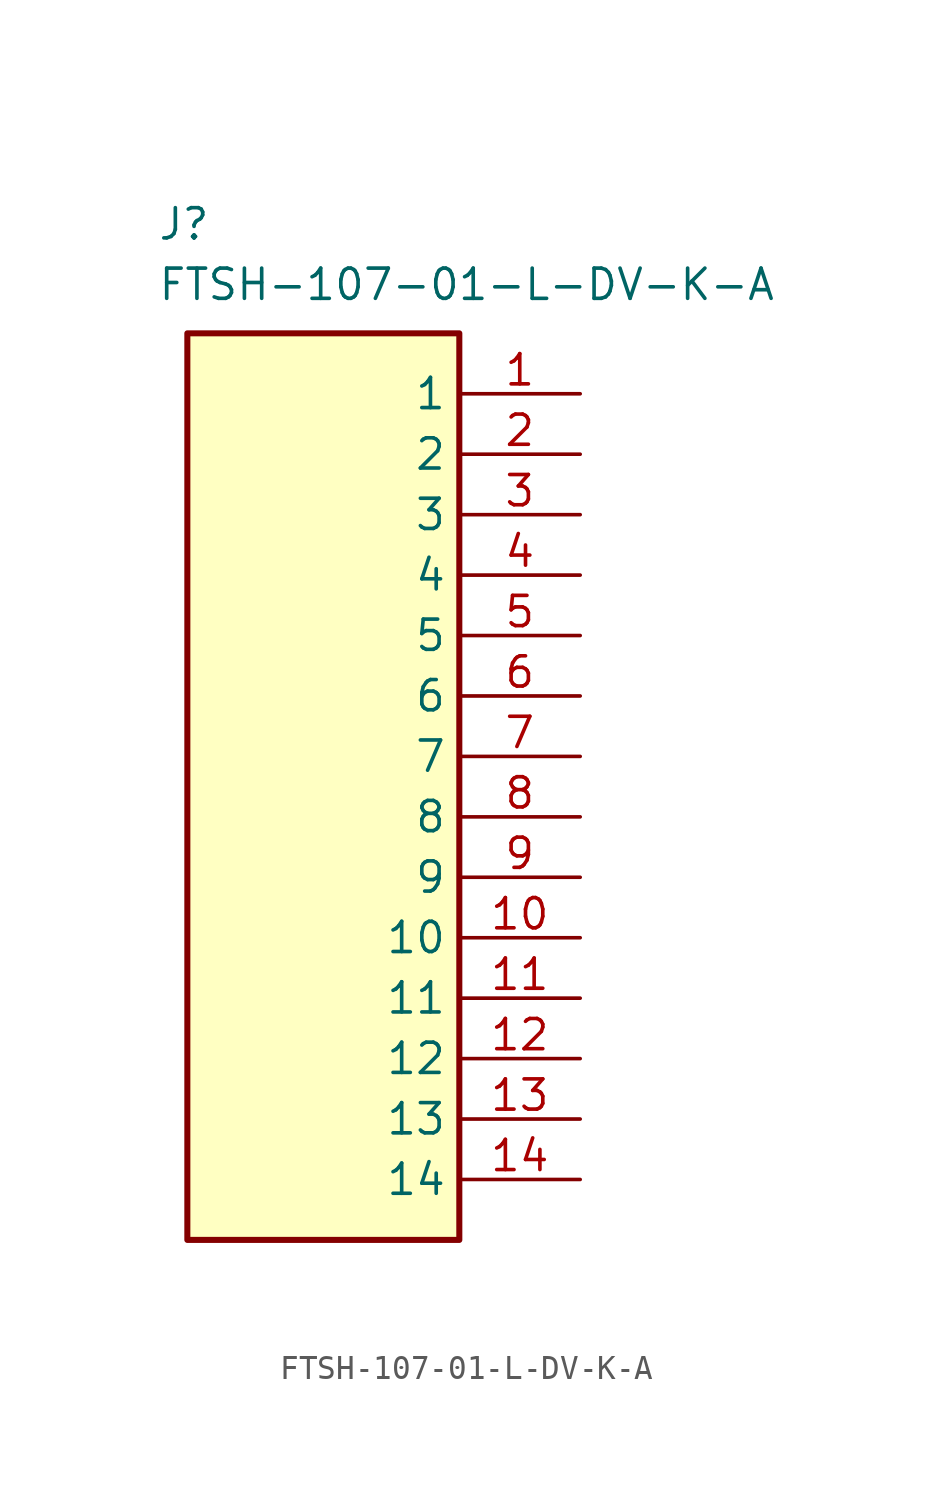
<source format=kicad_sym>
(kicad_symbol_lib
  (version 20241209)
  (generator "kicad_symbol_editor")
  (generator_version "9.0")
  (symbol "FTSH-107-01-L-DV-K-A"
    (property "Reference" "J"
      (at -12.7 5.334 0)
      (effects (font (size 1.27 1.27)) (justify left top)))
    (property "Value" "FTSH-107-01-L-DV-K-A"
      (at -12.7 2.794 0)
      (effects (font (size 1.27 1.27)) (justify left top)))
    (symbol "FTSH-107-01-L-DV-K-A_1_1"
      (rectangle (start -11.43 0) (end 0 -38.1) (stroke (width 0.254) (type default)) (fill (type background)))
      (pin passive line (at 5.08 -2.54 180) (length 5.08) (name "1" (effects (font (size 1.27 1.27)))) (number "1" (effects (font (size 1.27 1.27)))))
      (pin passive line (at 5.08 -5.08 180) (length 5.08) (name "2" (effects (font (size 1.27 1.27)))) (number "2" (effects (font (size 1.27 1.27)))))
      (pin passive line (at 5.08 -7.62 180) (length 5.08) (name "3" (effects (font (size 1.27 1.27)))) (number "3" (effects (font (size 1.27 1.27)))))
      (pin passive line (at 5.08 -10.16 180) (length 5.08) (name "4" (effects (font (size 1.27 1.27)))) (number "4" (effects (font (size 1.27 1.27)))))
      (pin passive line (at 5.08 -12.7 180) (length 5.08) (name "5" (effects (font (size 1.27 1.27)))) (number "5" (effects (font (size 1.27 1.27)))))
      (pin passive line (at 5.08 -15.24 180) (length 5.08) (name "6" (effects (font (size 1.27 1.27)))) (number "6" (effects (font (size 1.27 1.27)))))
      (pin passive line (at 5.08 -17.78 180) (length 5.08) (name "7" (effects (font (size 1.27 1.27)))) (number "7" (effects (font (size 1.27 1.27)))))
      (pin passive line (at 5.08 -20.32 180) (length 5.08) (name "8" (effects (font (size 1.27 1.27)))) (number "8" (effects (font (size 1.27 1.27)))))
      (pin passive line (at 5.08 -22.86 180) (length 5.08) (name "9" (effects (font (size 1.27 1.27)))) (number "9" (effects (font (size 1.27 1.27)))))
      (pin passive line (at 5.08 -25.4 180) (length 5.08) (name "10" (effects (font (size 1.27 1.27)))) (number "10" (effects (font (size 1.27 1.27)))))
      (pin passive line (at 5.08 -27.94 180) (length 5.08) (name "11" (effects (font (size 1.27 1.27)))) (number "11" (effects (font (size 1.27 1.27)))))
      (pin passive line (at 5.08 -30.48 180) (length 5.08) (name "12" (effects (font (size 1.27 1.27)))) (number "12" (effects (font (size 1.27 1.27)))))
      (pin passive line (at 5.08 -33.02 180) (length 5.08) (name "13" (effects (font (size 1.27 1.27)))) (number "13" (effects (font (size 1.27 1.27)))))
      (pin passive line (at 5.08 -35.56 180) (length 5.08) (name "14" (effects (font (size 1.27 1.27)))) (number "14" (effects (font (size 1.27 1.27))))))))
</source>
